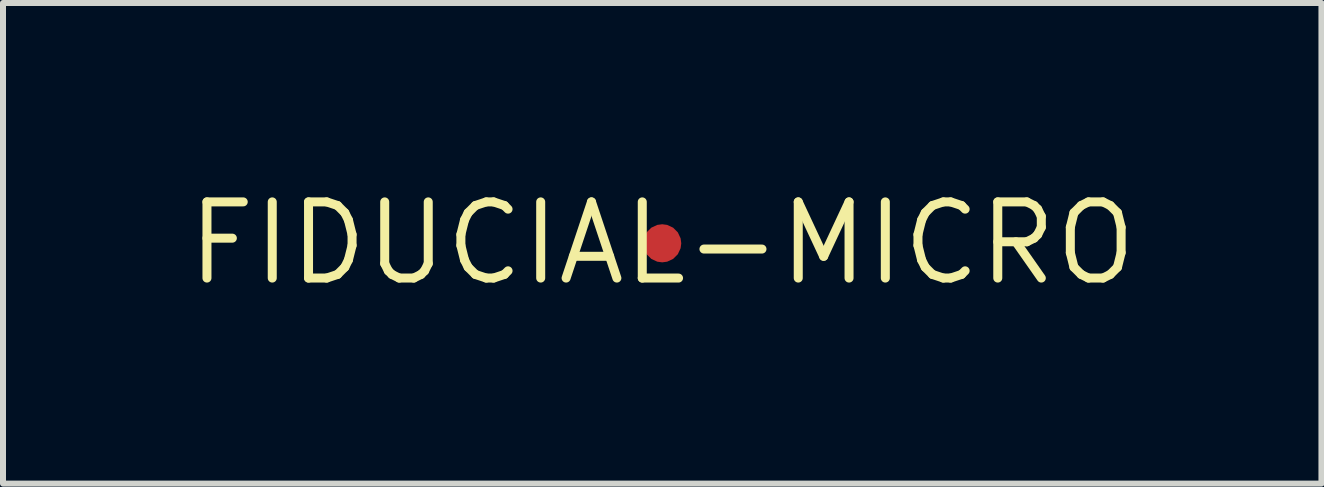
<source format=kicad_pcb>
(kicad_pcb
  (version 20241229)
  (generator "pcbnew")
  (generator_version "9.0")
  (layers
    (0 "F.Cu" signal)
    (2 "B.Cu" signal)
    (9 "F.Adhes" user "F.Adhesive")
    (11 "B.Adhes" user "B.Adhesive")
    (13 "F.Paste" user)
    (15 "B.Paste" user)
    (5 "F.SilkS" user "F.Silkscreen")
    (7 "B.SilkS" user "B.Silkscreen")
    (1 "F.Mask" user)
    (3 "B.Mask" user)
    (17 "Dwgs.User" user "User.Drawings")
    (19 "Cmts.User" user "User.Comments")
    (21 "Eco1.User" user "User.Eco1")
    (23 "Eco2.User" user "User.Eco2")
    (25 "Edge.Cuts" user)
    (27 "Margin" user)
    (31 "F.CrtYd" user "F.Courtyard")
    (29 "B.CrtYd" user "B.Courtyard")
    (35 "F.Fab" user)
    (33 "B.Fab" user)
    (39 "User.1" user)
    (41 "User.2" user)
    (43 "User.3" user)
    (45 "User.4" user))
  (footprint "FIDUCIAL-MICRO"
    (layer "F.Cu")
    (at 7.99 1.006)
    (property "Reference" "FIDUCIAL-MICRO" (at 0 0 0) (unlocked yes) (layer "F.SilkS") (effects (font (size 1.27 1.27) (thickness 0.15))))
    (pad "1" smd roundrect (at 0 0) (size 0.635 0.635) (layers "F.Cu" "F.Mask") (roundrect_rratio 0.5)))
  (gr_rect
    (start -3 -3)
    (end 18.98 5.012)
    (stroke (width 0.1) (type default))
    (fill no)
    (layer "Edge.Cuts")))
</source>
